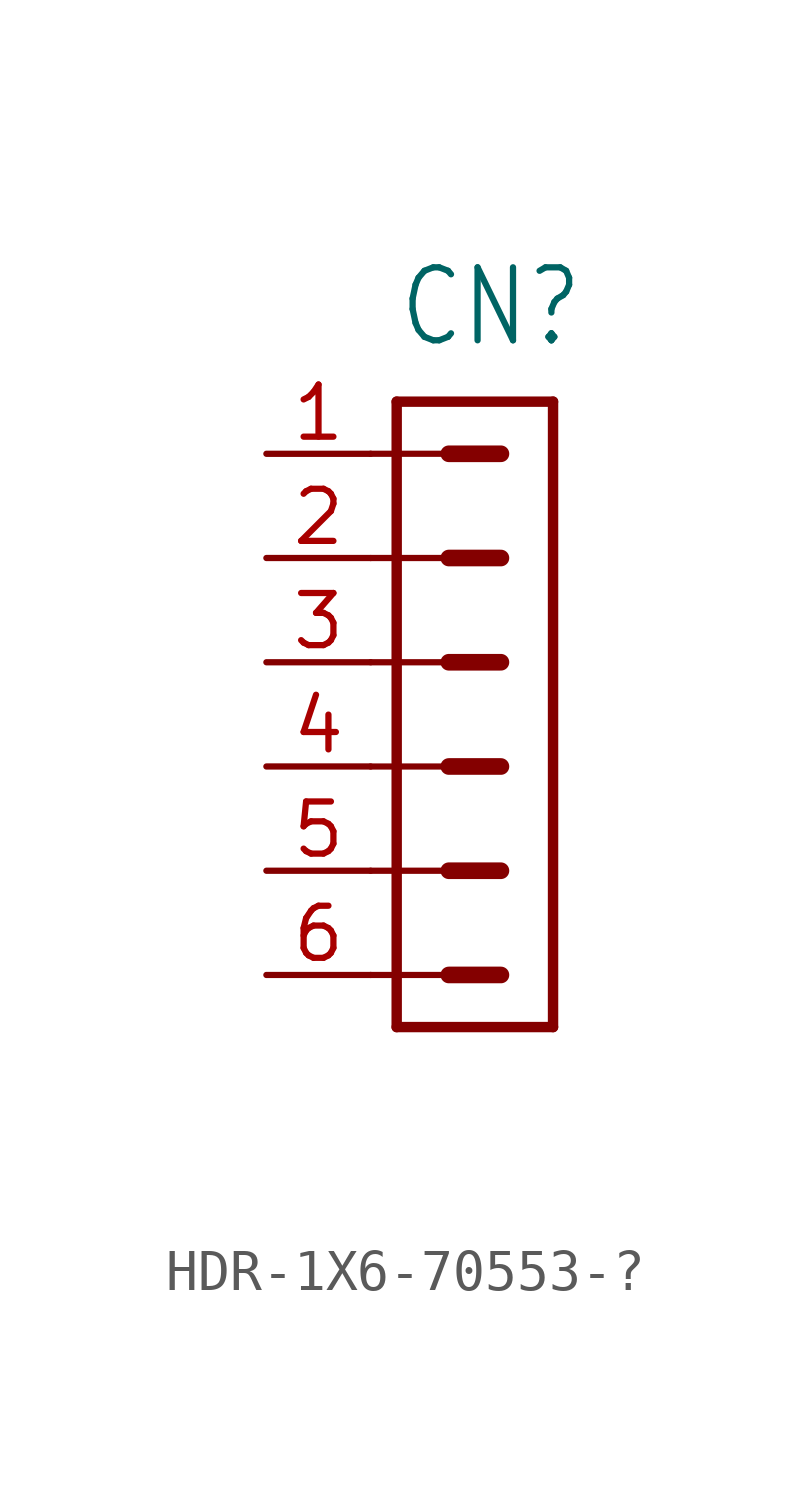
<source format=kicad_sym>
(kicad_symbol_lib
  (version 20220914)
  (generator kicad_symbol_editor)
  (symbol "HDR-1X6-70553-?"
    (property "Reference" "CN"
      (at -1.905 7.62 0)
      (effects (font (size 1.778 1.511)) (justify left bottom)))
    (property "Value" ""
      (at -1.905 -11.748 0)
      (effects (font (size 1.778 1.511)) (justify left bottom)))
    (property "ki_locked" ""
      (at 0 0 0)
      (effects (font (size 1.27 1.27))))
    (symbol "HDR-1X6-70553-?_1_0"
      (polyline (pts (xy -2.54 -7.62) (xy -0.635 -7.62)) (stroke (width 0.152) (type solid)) (fill (type none)))
      (polyline (pts (xy -2.54 -5.08) (xy -0.635 -5.08)) (stroke (width 0.152) (type solid)) (fill (type none)))
      (polyline (pts (xy -2.54 -2.54) (xy -0.635 -2.54)) (stroke (width 0.152) (type solid)) (fill (type none)))
      (polyline (pts (xy -2.54 0) (xy -0.635 0)) (stroke (width 0.152) (type solid)) (fill (type none)))
      (polyline (pts (xy -2.54 2.54) (xy -0.635 2.54)) (stroke (width 0.152) (type solid)) (fill (type none)))
      (polyline (pts (xy -2.54 5.08) (xy -0.635 5.08)) (stroke (width 0.152) (type solid)) (fill (type none)))
      (polyline (pts (xy -1.905 -8.89) (xy -1.905 6.35)) (stroke (width 0.254) (type solid)) (fill (type none)))
      (polyline (pts (xy -1.905 -8.89) (xy 1.905 -8.89)) (stroke (width 0.254) (type solid)) (fill (type none)))
      (polyline (pts (xy -0.635 -7.62) (xy 0.635 -7.62)) (stroke (width 0.406) (type solid)) (fill (type none)))
      (polyline (pts (xy -0.635 -5.08) (xy 0.635 -5.08)) (stroke (width 0.406) (type solid)) (fill (type none)))
      (polyline (pts (xy -0.635 -2.54) (xy 0.635 -2.54)) (stroke (width 0.406) (type solid)) (fill (type none)))
      (polyline (pts (xy -0.635 0) (xy 0.635 0)) (stroke (width 0.406) (type solid)) (fill (type none)))
      (polyline (pts (xy -0.635 2.54) (xy 0.635 2.54)) (stroke (width 0.406) (type solid)) (fill (type none)))
      (polyline (pts (xy -0.635 5.08) (xy 0.635 5.08)) (stroke (width 0.406) (type solid)) (fill (type none)))
      (polyline (pts (xy 1.905 6.35) (xy -1.905 6.35)) (stroke (width 0.254) (type solid)) (fill (type none)))
      (polyline (pts (xy 1.905 6.35) (xy 1.905 -8.89)) (stroke (width 0.254) (type solid)) (fill (type none)))
      (pin passive line (at -5.08 5.08 0) (length 2.54) (name "1" (effects (font (size 0 0)))) (number "1" (effects (font (size 1.27 1.27)))))
      (pin passive line (at -5.08 2.54 0) (length 2.54) (name "2" (effects (font (size 0 0)))) (number "2" (effects (font (size 1.27 1.27)))))
      (pin passive line (at -5.08 0 0) (length 2.54) (name "3" (effects (font (size 0 0)))) (number "3" (effects (font (size 1.27 1.27)))))
      (pin passive line (at -5.08 -2.54 0) (length 2.54) (name "4" (effects (font (size 0 0)))) (number "4" (effects (font (size 1.27 1.27)))))
      (pin passive line (at -5.08 -5.08 0) (length 2.54) (name "5" (effects (font (size 0 0)))) (number "5" (effects (font (size 1.27 1.27)))))
      (pin passive line (at -5.08 -7.62 0) (length 2.54) (name "6" (effects (font (size 0 0)))) (number "6" (effects (font (size 1.27 1.27))))))))
</source>
